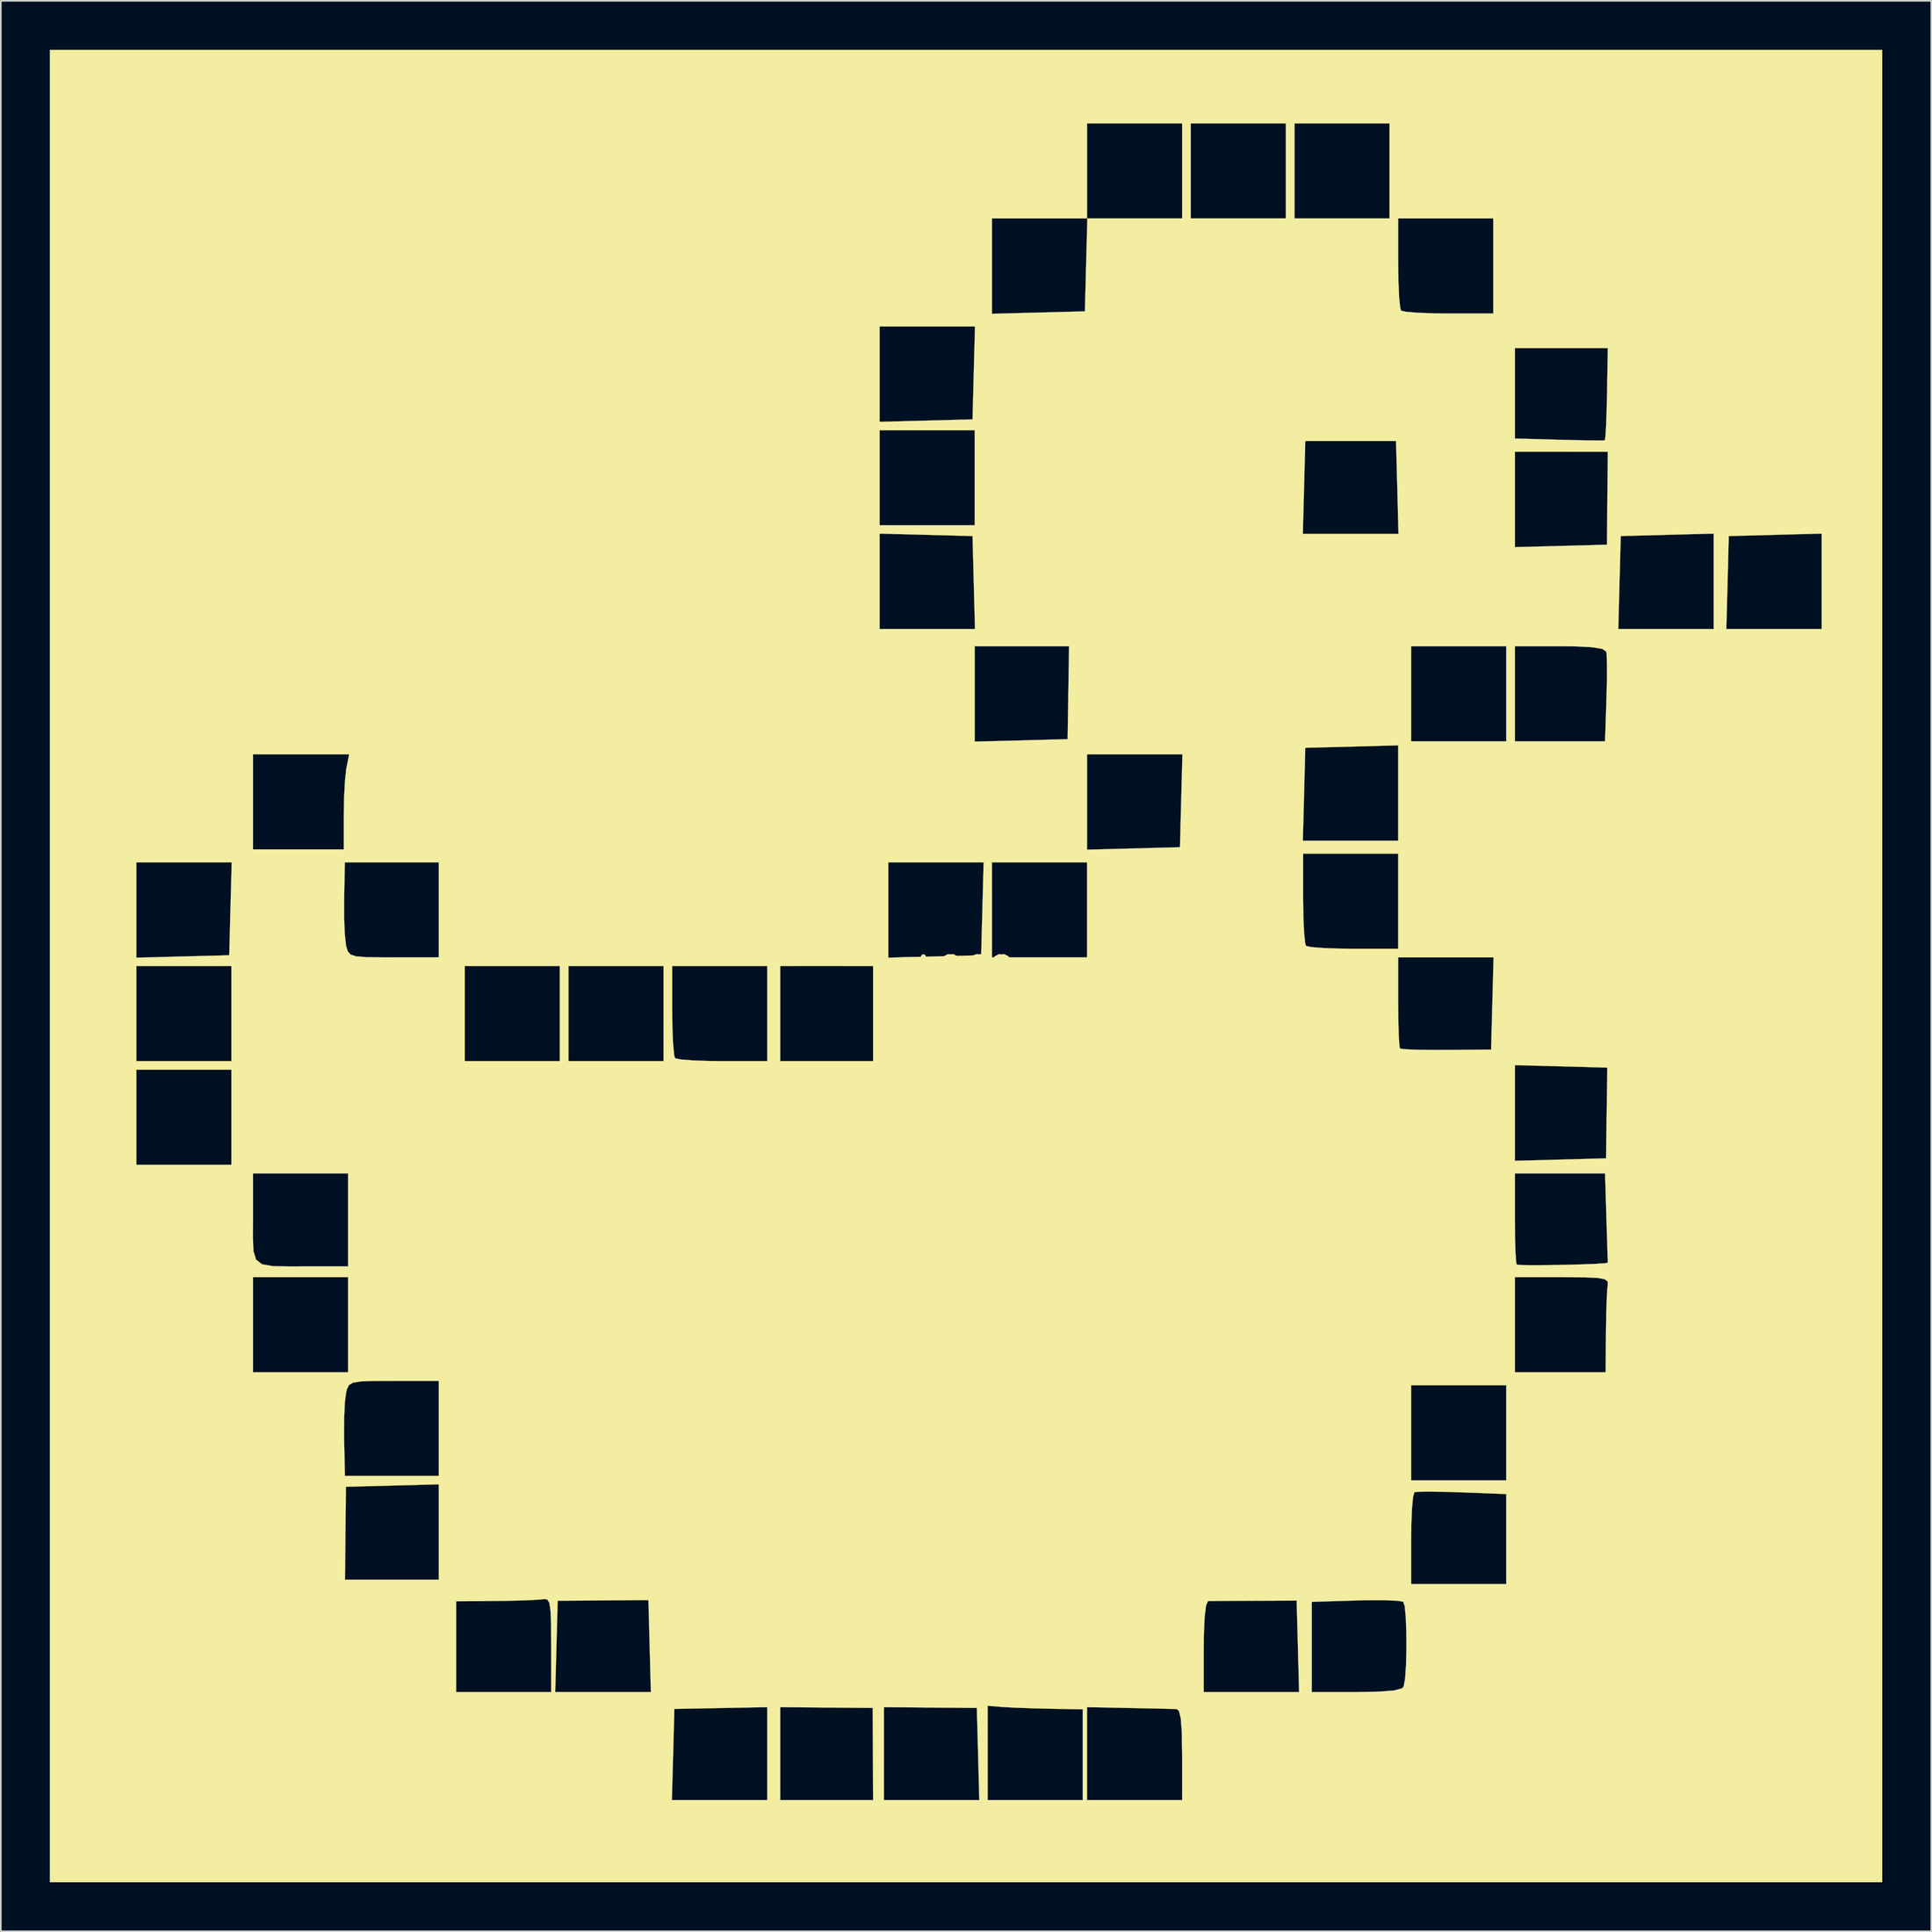
<source format=kicad_pcb>
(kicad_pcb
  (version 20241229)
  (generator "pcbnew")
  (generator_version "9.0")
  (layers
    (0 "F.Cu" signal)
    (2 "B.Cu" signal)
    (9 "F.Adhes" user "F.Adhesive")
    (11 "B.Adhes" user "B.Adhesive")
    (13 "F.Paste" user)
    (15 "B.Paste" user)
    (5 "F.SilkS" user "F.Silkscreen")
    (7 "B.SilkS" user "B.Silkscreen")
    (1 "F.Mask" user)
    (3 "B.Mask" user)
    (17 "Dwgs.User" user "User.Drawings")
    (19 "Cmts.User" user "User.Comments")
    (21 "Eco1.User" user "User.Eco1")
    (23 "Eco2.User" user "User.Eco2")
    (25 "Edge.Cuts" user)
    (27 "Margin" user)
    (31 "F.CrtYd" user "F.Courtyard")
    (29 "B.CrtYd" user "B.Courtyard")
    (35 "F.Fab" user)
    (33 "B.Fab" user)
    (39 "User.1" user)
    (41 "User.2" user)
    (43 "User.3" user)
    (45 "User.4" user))
  (footprint "LOGO"
    (layer "F.Cu")
    (at 56.097 56.361)
    (property "Reference" "LOGO" (at 0 0 0) (layer "F.SilkS") (effects (font (size 1.524 1.524) (thickness 0.3))))
    (attr through_hole)
    (fp_poly (pts (xy 56.092 55.827) (xy -56.092 55.827) (xy -56.092 50.8) (xy -18.01 50.8) (xy -12.171 50.8) (xy -12.171 47.956) (xy -12.171 45.111) (xy -11.377 45.111) (xy -11.377 47.956) (xy -11.377 50.8) (xy -5.689 50.8) (xy -5.715 45.159) (xy -8.546 45.135) (xy -11.377 45.111) (xy -5.027 45.111) (xy -5.027 50.8) (xy 0.812 50.8) (xy 1.323 50.8) (xy 7.144 50.8) (xy 7.144 45.244) (xy 5.093 45.206) (xy 3.972 45.178) (xy 2.945 45.14) (xy 2.429 45.111) (xy 7.408 45.111) (xy 7.408 50.8) (xy 13.229 50.8) (xy 13.229 48.022) (xy 13.21 46.681) (xy 13.148 45.809) (xy 13.035 45.345) (xy 12.898 45.228) (xy 12.504 45.216) (xy 11.713 45.197) (xy 10.661 45.175) (xy 9.988 45.162) (xy 7.408 45.111) (xy 2.429 45.111) (xy 2.221 45.1) (xy 2.183 45.097) (xy 1.323 45.025) (xy 1.323 50.8) (xy 0.812 50.8) (xy 0.737 47.98) (xy 0.661 45.159) (xy -2.183 45.135) (xy -5.027 45.111) (xy -11.377 45.111) (xy -12.171 45.111) (xy -15.015 45.165) (xy -17.859 45.218) (xy -17.934 48.009) (xy -18.01 50.8) (xy -56.092 50.8) (xy -56.092 38.629) (xy -31.221 38.629) (xy -31.221 44.185) (xy -25.4 44.185) (xy -25.153 44.185) (xy -19.297 44.185) (xy -19.371 41.407) (xy 14.552 41.407) (xy 14.552 44.185) (xy 20.391 44.185) (xy 20.316 41.385) (xy 20.243 38.664) (xy 21.167 38.664) (xy 21.167 44.185) (xy 23.916 44.185) (xy 25.299 44.162) (xy 26.206 44.089) (xy 26.686 43.959) (xy 26.79 43.855) (xy 26.88 43.362) (xy 26.937 42.547) (xy 26.963 41.553) (xy 26.957 40.523) (xy 26.921 39.601) (xy 26.856 38.929) (xy 26.768 38.655) (xy 26.409 38.596) (xy 25.648 38.565) (xy 24.61 38.563) (xy 23.84 38.581) (xy 21.167 38.664) (xy 20.243 38.664) (xy 20.241 38.584) (xy 17.661 38.596) (xy 16.528 38.602) (xy 15.59 38.608) (xy 14.975 38.615) (xy 14.817 38.618) (xy 14.696 38.876) (xy 14.608 39.587) (xy 14.559 40.678) (xy 14.552 41.407) (xy -19.371 41.407) (xy -19.447 38.555) (xy -22.225 38.575) (xy -25.003 38.596) (xy -25.078 41.391) (xy -25.153 44.185) (xy -25.4 44.185) (xy -25.4 41.298) (xy -25.407 40.029) (xy -25.44 39.201) (xy -25.511 38.727) (xy -25.636 38.521) (xy -25.828 38.494) (xy -25.863 38.5) (xy -26.324 38.541) (xy -27.166 38.577) (xy -28.242 38.603) (xy -28.773 38.609) (xy -31.221 38.629) (xy -56.092 38.629) (xy -56.092 37.306) (xy -38.024 37.306) (xy -32.279 37.306) (xy -32.279 34.808) (xy 27.252 34.808) (xy 27.252 37.571) (xy 33.073 37.571) (xy 33.073 32.064) (xy 30.361 31.96) (xy 29.209 31.925) (xy 28.259 31.914) (xy 27.632 31.927) (xy 27.451 31.95) (xy 27.369 32.238) (xy 27.303 32.94) (xy 27.262 33.941) (xy 27.252 34.808) (xy -32.279 34.808) (xy -32.279 31.468) (xy -37.968 31.618) (xy -38.024 37.306) (xy -56.092 37.306) (xy -56.092 28.46) (xy -38.082 28.46) (xy -38.077 28.739) (xy -38.028 30.956) (xy -32.279 30.956) (xy -32.279 25.4) (xy 27.252 25.4) (xy 27.252 31.221) (xy 33.073 31.221) (xy 33.073 25.4) (xy 27.252 25.4) (xy -32.279 25.4) (xy -32.279 25.135) (xy -35.029 25.135) (xy -36.258 25.139) (xy -37.059 25.168) (xy -37.533 25.244) (xy -37.78 25.392) (xy -37.9 25.636) (xy -37.952 25.828) (xy -38.028 26.415) (xy -38.074 27.352) (xy -38.082 28.46) (xy -56.092 28.46) (xy -56.092 18.785) (xy -43.656 18.785) (xy -43.656 24.606) (xy -37.835 24.606) (xy -37.835 18.785) (xy 33.602 18.785) (xy 33.602 24.606) (xy 39.158 24.606) (xy 39.179 22.159) (xy 39.197 21.025) (xy 39.229 20.057) (xy 39.268 19.403) (xy 39.287 19.248) (xy 39.28 19.045) (xy 39.105 18.911) (xy 38.676 18.833) (xy 37.905 18.796) (xy 36.706 18.786) (xy 36.489 18.785) (xy 33.602 18.785) (xy -37.835 18.785) (xy -43.656 18.785) (xy -56.092 18.785) (xy -56.092 16.383) (xy -43.663 16.383) (xy -43.628 17.199) (xy -43.468 17.713) (xy -43.101 17.993) (xy -42.443 18.109) (xy -41.412 18.129) (xy -40.15 18.124) (xy -37.835 18.124) (xy -37.835 15.28) (xy -37.835 12.435) (xy 33.602 12.435) (xy 33.602 15.169) (xy 33.612 16.315) (xy 33.639 17.247) (xy 33.678 17.849) (xy 33.712 18.014) (xy 33.987 18.041) (xy 34.648 18.052) (xy 35.564 18.047) (xy 36.599 18.03) (xy 37.623 18.004) (xy 38.5 17.971) (xy 39.1 17.934) (xy 39.291 17.9) (xy 39.283 17.636) (xy 39.262 16.957) (xy 39.232 15.973) (xy 39.207 15.147) (xy 39.123 12.435) (xy 33.602 12.435) (xy -37.835 12.435) (xy -43.656 12.435) (xy -43.656 15.195) (xy -43.663 16.383) (xy -56.092 16.383) (xy -56.092 6.085) (xy -50.8 6.085) (xy -50.8 11.906) (xy -44.979 11.906) (xy -44.979 11.66) (xy 33.602 11.66) (xy 39.184 11.509) (xy 39.223 8.731) (xy 39.262 5.953) (xy 36.432 5.878) (xy 33.602 5.803) (xy 33.602 11.66) (xy -44.979 11.66) (xy -44.979 6.085) (xy -50.8 6.085) (xy -56.092 6.085) (xy -56.092 -0.265) (xy -50.8 -0.265) (xy -50.8 5.556) (xy -44.979 5.556) (xy -44.979 -0.265) (xy -30.692 -0.265) (xy -30.692 5.556) (xy -24.871 5.556) (xy -24.871 -0.265) (xy -24.342 -0.265) (xy -24.342 5.556) (xy -18.521 5.556) (xy -18.521 -0.265) (xy -17.992 -0.265) (xy -17.992 2.469) (xy -17.976 3.624) (xy -17.932 4.573) (xy -17.869 5.199) (xy -17.815 5.38) (xy -17.492 5.453) (xy -16.76 5.512) (xy -15.738 5.548) (xy -14.905 5.556) (xy -12.171 5.556) (xy -11.377 5.556) (xy -8.533 5.556) (xy -5.689 5.557) (xy -5.689 -0.264) (xy -11.377 -0.265) (xy -11.377 5.556) (xy -12.171 5.556) (xy -12.171 -0.265) (xy -17.992 -0.265) (xy -18.521 -0.265) (xy -24.342 -0.265) (xy -24.871 -0.265) (xy -30.692 -0.265) (xy -44.979 -0.265) (xy -50.8 -0.265) (xy -56.092 -0.265) (xy -56.092 -6.615) (xy -50.8 -6.615) (xy -50.8 -0.776) (xy -47.956 -0.851) (xy -45.111 -0.926) (xy -45.05 -3.262) (xy -38.077 -3.262) (xy -38.039 -2.268) (xy -37.971 -1.581) (xy -37.949 -1.475) (xy -37.855 -1.171) (xy -37.691 -0.974) (xy -37.355 -0.861) (xy -36.746 -0.809) (xy -35.765 -0.795) (xy -35.029 -0.794) (xy -32.279 -0.794) (xy -32.279 -6.615) (xy -4.763 -6.615) (xy -4.763 -0.776) (xy 0.926 -0.926) (xy 1.001 -3.77) (xy 1.076 -6.615) (xy 1.587 -6.615) (xy 1.587 -0.794) (xy 7.408 -0.794) (xy 26.458 -0.794) (xy 26.458 1.94) (xy 26.468 3.086) (xy 26.495 4.018) (xy 26.535 4.62) (xy 26.568 4.785) (xy 26.863 4.828) (xy 27.57 4.859) (xy 28.573 4.874) (xy 29.413 4.873) (xy 32.147 4.851) (xy 32.222 2.029) (xy 32.297 -0.794) (xy 26.458 -0.794) (xy 7.408 -0.794) (xy 7.408 -6.615) (xy 1.587 -6.615) (xy 1.076 -6.615) (xy -4.763 -6.615) (xy -32.279 -6.615) (xy -38.032 -6.615) (xy -38.076 -4.386) (xy -38.077 -3.262) (xy -45.05 -3.262) (xy -45.036 -3.77) (xy -44.961 -6.615) (xy -50.8 -6.615) (xy -56.092 -6.615) (xy -56.092 -7.144) (xy 20.638 -7.144) (xy 20.638 -4.41) (xy 20.654 -3.256) (xy 20.697 -2.306) (xy 20.761 -1.681) (xy 20.814 -1.499) (xy 21.137 -1.426) (xy 21.869 -1.367) (xy 22.891 -1.331) (xy 23.724 -1.323) (xy 26.458 -1.323) (xy 26.458 -7.144) (xy 20.638 -7.144) (xy -56.092 -7.144) (xy -56.092 -13.229) (xy -43.656 -13.229) (xy -43.656 -7.408) (xy -38.1 -7.408) (xy -38.1 -9.492) (xy -38.079 -10.613) (xy -38.023 -11.633) (xy -37.945 -12.349) (xy -37.935 -12.402) (xy -37.769 -13.229) (xy 7.408 -13.229) (xy 7.408 -7.39) (xy 13.097 -7.541) (xy 13.107 -7.938) (xy 20.62 -7.938) (xy 26.458 -7.938) (xy 26.458 -13.776) (xy 20.77 -13.626) (xy 20.62 -7.938) (xy 13.107 -7.938) (xy 13.247 -13.229) (xy 7.408 -13.229) (xy -37.769 -13.229) (xy -43.656 -13.229) (xy -56.092 -13.229) (xy -56.092 -19.844) (xy 0.529 -19.844) (xy 0.529 -14.005) (xy 6.218 -14.155) (xy 6.307 -19.844) (xy 27.252 -19.844) (xy 27.252 -14.023) (xy 33.073 -14.023) (xy 33.073 -19.844) (xy 33.602 -19.844) (xy 33.602 -14.023) (xy 39.122 -14.023) (xy 39.209 -16.603) (xy 39.237 -17.745) (xy 39.24 -18.702) (xy 39.221 -19.341) (xy 39.199 -19.513) (xy 38.966 -19.677) (xy 38.347 -19.782) (xy 37.289 -19.835) (xy 36.352 -19.844) (xy 33.602 -19.844) (xy 33.073 -19.844) (xy 27.252 -19.844) (xy 6.307 -19.844) (xy 0.529 -19.844) (xy -56.092 -19.844) (xy -56.092 -20.902) (xy -5.292 -20.902) (xy 0.547 -20.902) (xy 39.934 -20.902) (xy 45.773 -20.902) (xy 46.549 -20.902) (xy 52.388 -20.902) (xy 52.388 -26.741) (xy 49.543 -26.666) (xy 46.699 -26.591) (xy 46.549 -20.902) (xy 45.773 -20.902) (xy 45.773 -26.741) (xy 42.929 -26.666) (xy 40.084 -26.591) (xy 40.009 -23.746) (xy 39.934 -20.902) (xy 0.547 -20.902) (xy 0.472 -23.746) (xy 0.415 -25.911) (xy 33.602 -25.911) (xy 36.421 -25.986) (xy 39.239 -26.061) (xy 39.265 -28.905) (xy 39.291 -31.749) (xy 33.602 -31.75) (xy 33.602 -25.911) (xy 0.415 -25.911) (xy 0.397 -26.591) (xy -2.447 -26.666) (xy -4.614 -26.723) (xy 20.62 -26.723) (xy 26.476 -26.723) (xy 26.401 -29.567) (xy 26.326 -32.411) (xy 20.77 -32.411) (xy 20.695 -29.567) (xy 20.62 -26.723) (xy -4.614 -26.723) (xy -5.292 -26.741) (xy -5.292 -20.902) (xy -56.092 -20.902) (xy -56.092 -33.073) (xy -5.292 -33.073) (xy -5.292 -27.252) (xy 0.529 -27.252) (xy 0.529 -33.073) (xy -5.292 -33.073) (xy -56.092 -33.073) (xy -56.092 -39.423) (xy -5.292 -39.423) (xy -5.292 -33.584) (xy -2.447 -33.659) (xy 0.397 -33.734) (xy 0.472 -36.579) (xy 0.512 -38.1) (xy 33.602 -38.1) (xy 33.602 -32.562) (xy 36.314 -32.487) (xy 37.451 -32.459) (xy 38.371 -32.444) (xy 38.959 -32.444) (xy 39.111 -32.453) (xy 39.15 -32.717) (xy 39.19 -33.399) (xy 39.224 -34.389) (xy 39.244 -35.297) (xy 39.291 -38.1) (xy 33.602 -38.1) (xy 0.512 -38.1) (xy 0.547 -39.423) (xy -5.292 -39.423) (xy -56.092 -39.423) (xy -56.092 -46.038) (xy 1.587 -46.038) (xy 1.587 -40.199) (xy 4.432 -40.274) (xy 7.276 -40.349) (xy 7.351 -43.193) (xy 7.426 -46.038) (xy 13.229 -46.038) (xy 13.229 -51.858) (xy 13.758 -51.858) (xy 13.758 -46.038) (xy 19.579 -46.038) (xy 19.579 -51.858) (xy 20.108 -51.858) (xy 20.108 -46.038) (xy 25.929 -46.038) (xy 26.458 -46.038) (xy 26.458 -43.303) (xy 26.474 -42.149) (xy 26.518 -41.2) (xy 26.581 -40.574) (xy 26.635 -40.393) (xy 26.958 -40.32) (xy 27.69 -40.261) (xy 28.712 -40.225) (xy 29.545 -40.217) (xy 32.279 -40.217) (xy 32.279 -46.038) (xy 26.458 -46.038) (xy 25.929 -46.038) (xy 25.929 -51.858) (xy 20.108 -51.858) (xy 19.579 -51.858) (xy 13.758 -51.858) (xy 13.229 -51.858) (xy 7.408 -51.858) (xy 7.408 -46.038) (xy 1.587 -46.038) (xy -56.092 -46.038) (xy -56.092 -56.356) (xy 56.092 -56.356) (xy 56.092 55.827)) (stroke (width 0.01) (type solid)) (fill yes) (layer "F.SilkS")))
  (gr_rect
    (start -3 -3)
    (end 115.193 115.193)
    (stroke (width 0.1) (type default))
    (fill no)
    (layer "Edge.Cuts")))
</source>
